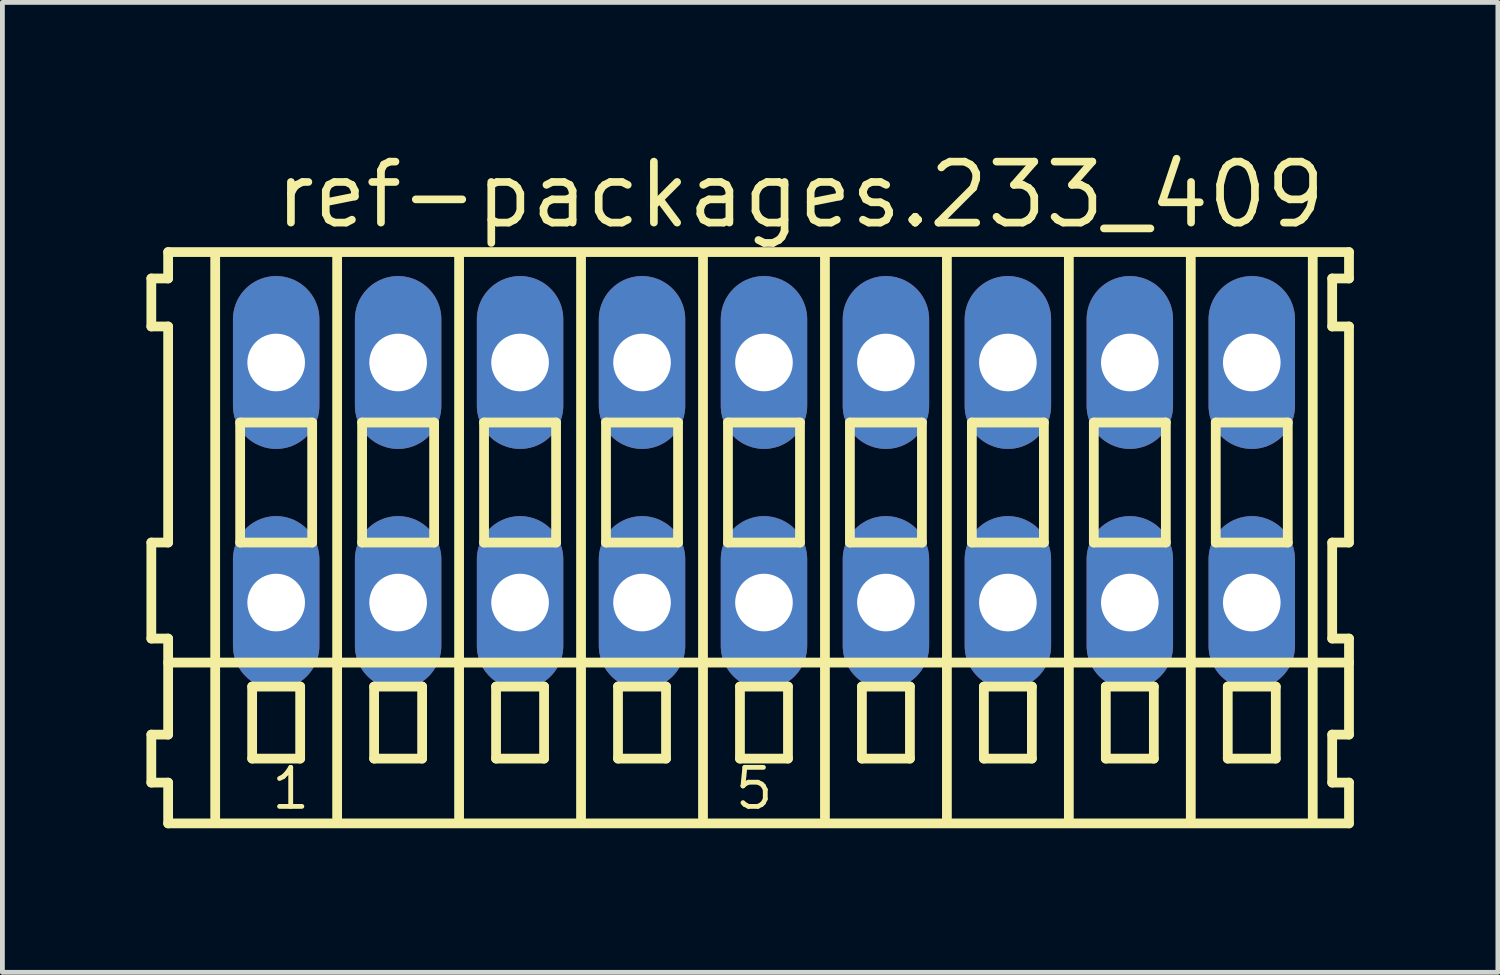
<source format=kicad_pcb>
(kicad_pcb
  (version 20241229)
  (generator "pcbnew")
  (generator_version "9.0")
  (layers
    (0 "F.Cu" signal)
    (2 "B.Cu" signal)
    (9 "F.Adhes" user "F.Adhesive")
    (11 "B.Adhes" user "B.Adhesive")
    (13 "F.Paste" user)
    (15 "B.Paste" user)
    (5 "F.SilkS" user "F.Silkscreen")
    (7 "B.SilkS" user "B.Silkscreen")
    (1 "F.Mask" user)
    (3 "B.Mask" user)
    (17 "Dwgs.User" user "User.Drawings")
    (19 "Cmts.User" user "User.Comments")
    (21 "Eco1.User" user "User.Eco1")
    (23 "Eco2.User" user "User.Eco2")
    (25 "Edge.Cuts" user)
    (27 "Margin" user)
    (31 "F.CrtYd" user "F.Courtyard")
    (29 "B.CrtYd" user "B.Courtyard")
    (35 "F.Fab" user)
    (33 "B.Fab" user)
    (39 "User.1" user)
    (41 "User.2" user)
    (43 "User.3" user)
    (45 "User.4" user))
  (footprint "ref-packages.233_409"
    (layer "F.Cu")
    (at 12.862 7)
    (property "Reference" "ref-packages.233_409" (at -10.26 -5.25 0) (layer "F.SilkS") (effects (font (size 1.27 1.27) (thickness 0.16)) (justify left bottom)))
    (attr through_hole)
    (fp_line (start -12.76 -4.25) (end -12.76 -3.25) (stroke (width 0.203) (type default)) (layer "F.SilkS"))
    (fp_line (start -12.76 -3.25) (end -12.41 -3.25) (stroke (width 0.203) (type default)) (layer "F.SilkS"))
    (fp_line (start -12.76 1.25) (end -12.76 3.25) (stroke (width 0.203) (type default)) (layer "F.SilkS"))
    (fp_line (start -12.76 3.25) (end -12.41 3.25) (stroke (width 0.203) (type default)) (layer "F.SilkS"))
    (fp_line (start -12.76 5.25) (end -12.76 6.25) (stroke (width 0.203) (type default)) (layer "F.SilkS"))
    (fp_line (start -12.76 6.25) (end -12.41 6.25) (stroke (width 0.203) (type default)) (layer "F.SilkS"))
    (fp_line (start -12.41 -4.8) (end -12.41 -4.25) (stroke (width 0.203) (type default)) (layer "F.SilkS"))
    (fp_line (start -12.41 -4.25) (end -12.76 -4.25) (stroke (width 0.203) (type default)) (layer "F.SilkS"))
    (fp_line (start -12.41 -3.25) (end -12.41 1.25) (stroke (width 0.203) (type default)) (layer "F.SilkS"))
    (fp_line (start -12.41 1.25) (end -12.76 1.25) (stroke (width 0.203) (type default)) (layer "F.SilkS"))
    (fp_line (start -12.41 3.25) (end -12.41 5.25) (stroke (width 0.203) (type default)) (layer "F.SilkS"))
    (fp_line (start -12.41 3.75) (end 12.185 3.75) (stroke (width 0.203) (type default)) (layer "F.SilkS"))
    (fp_line (start -12.41 5.25) (end -12.76 5.25) (stroke (width 0.203) (type default)) (layer "F.SilkS"))
    (fp_line (start -12.41 6.25) (end -12.41 7.1) (stroke (width 0.203) (type default)) (layer "F.SilkS"))
    (fp_line (start -12.41 7.1) (end 12.185 7.1) (stroke (width 0.203) (type default)) (layer "F.SilkS"))
    (fp_line (start -11.43 6.985) (end -11.43 -4.699) (stroke (width 0.203) (type default)) (layer "F.SilkS"))
    (fp_line (start -10.91 -1.25) (end -10.91 1.25) (stroke (width 0.203) (type default)) (layer "F.SilkS"))
    (fp_line (start -10.91 1.25) (end -9.41 1.25) (stroke (width 0.203) (type default)) (layer "F.SilkS"))
    (fp_line (start -10.66 4.25) (end -10.66 5.75) (stroke (width 0.203) (type default)) (layer "F.SilkS"))
    (fp_line (start -10.66 5.75) (end -9.66 5.75) (stroke (width 0.203) (type default)) (layer "F.SilkS"))
    (fp_line (start -9.66 4.25) (end -10.66 4.25) (stroke (width 0.203) (type default)) (layer "F.SilkS"))
    (fp_line (start -9.66 5.75) (end -9.66 4.25) (stroke (width 0.203) (type default)) (layer "F.SilkS"))
    (fp_line (start -9.41 -1.25) (end -10.91 -1.25) (stroke (width 0.203) (type default)) (layer "F.SilkS"))
    (fp_line (start -9.41 1.25) (end -9.41 -1.25) (stroke (width 0.203) (type default)) (layer "F.SilkS"))
    (fp_line (start -8.89 6.985) (end -8.89 -4.699) (stroke (width 0.203) (type default)) (layer "F.SilkS"))
    (fp_line (start -8.37 -1.25) (end -8.37 1.25) (stroke (width 0.203) (type default)) (layer "F.SilkS"))
    (fp_line (start -8.37 1.25) (end -6.87 1.25) (stroke (width 0.203) (type default)) (layer "F.SilkS"))
    (fp_line (start -8.12 4.25) (end -8.12 5.75) (stroke (width 0.203) (type default)) (layer "F.SilkS"))
    (fp_line (start -8.12 5.75) (end -7.12 5.75) (stroke (width 0.203) (type default)) (layer "F.SilkS"))
    (fp_line (start -7.12 4.25) (end -8.12 4.25) (stroke (width 0.203) (type default)) (layer "F.SilkS"))
    (fp_line (start -7.12 5.75) (end -7.12 4.25) (stroke (width 0.203) (type default)) (layer "F.SilkS"))
    (fp_line (start -6.87 -1.25) (end -8.37 -1.25) (stroke (width 0.203) (type default)) (layer "F.SilkS"))
    (fp_line (start -6.87 1.25) (end -6.87 -1.25) (stroke (width 0.203) (type default)) (layer "F.SilkS"))
    (fp_line (start -6.35 6.985) (end -6.35 -4.699) (stroke (width 0.203) (type default)) (layer "F.SilkS"))
    (fp_line (start -5.83 -1.25) (end -5.83 1.25) (stroke (width 0.203) (type default)) (layer "F.SilkS"))
    (fp_line (start -5.83 1.25) (end -4.33 1.25) (stroke (width 0.203) (type default)) (layer "F.SilkS"))
    (fp_line (start -5.58 4.25) (end -5.58 5.75) (stroke (width 0.203) (type default)) (layer "F.SilkS"))
    (fp_line (start -5.58 5.75) (end -4.58 5.75) (stroke (width 0.203) (type default)) (layer "F.SilkS"))
    (fp_line (start -4.58 4.25) (end -5.58 4.25) (stroke (width 0.203) (type default)) (layer "F.SilkS"))
    (fp_line (start -4.58 5.75) (end -4.58 4.25) (stroke (width 0.203) (type default)) (layer "F.SilkS"))
    (fp_line (start -4.33 -1.25) (end -5.83 -1.25) (stroke (width 0.203) (type default)) (layer "F.SilkS"))
    (fp_line (start -4.33 1.25) (end -4.33 -1.25) (stroke (width 0.203) (type default)) (layer "F.SilkS"))
    (fp_line (start -3.81 6.985) (end -3.81 -4.699) (stroke (width 0.203) (type default)) (layer "F.SilkS"))
    (fp_line (start -3.29 -1.25) (end -3.29 1.25) (stroke (width 0.203) (type default)) (layer "F.SilkS"))
    (fp_line (start -3.29 1.25) (end -1.79 1.25) (stroke (width 0.203) (type default)) (layer "F.SilkS"))
    (fp_line (start -3.04 4.25) (end -3.04 5.75) (stroke (width 0.203) (type default)) (layer "F.SilkS"))
    (fp_line (start -3.04 5.75) (end -2.04 5.75) (stroke (width 0.203) (type default)) (layer "F.SilkS"))
    (fp_line (start -2.04 4.25) (end -3.04 4.25) (stroke (width 0.203) (type default)) (layer "F.SilkS"))
    (fp_line (start -2.04 5.75) (end -2.04 4.25) (stroke (width 0.203) (type default)) (layer "F.SilkS"))
    (fp_line (start -1.79 -1.25) (end -3.29 -1.25) (stroke (width 0.203) (type default)) (layer "F.SilkS"))
    (fp_line (start -1.79 1.25) (end -1.79 -1.25) (stroke (width 0.203) (type default)) (layer "F.SilkS"))
    (fp_line (start -1.27 6.985) (end -1.27 -4.699) (stroke (width 0.203) (type default)) (layer "F.SilkS"))
    (fp_line (start -0.75 -1.25) (end -0.75 1.25) (stroke (width 0.203) (type default)) (layer "F.SilkS"))
    (fp_line (start -0.75 1.25) (end 0.75 1.25) (stroke (width 0.203) (type default)) (layer "F.SilkS"))
    (fp_line (start -0.5 4.25) (end -0.5 5.75) (stroke (width 0.203) (type default)) (layer "F.SilkS"))
    (fp_line (start -0.5 5.75) (end 0.5 5.75) (stroke (width 0.203) (type default)) (layer "F.SilkS"))
    (fp_line (start 0.5 4.25) (end -0.5 4.25) (stroke (width 0.203) (type default)) (layer "F.SilkS"))
    (fp_line (start 0.5 5.75) (end 0.5 4.25) (stroke (width 0.203) (type default)) (layer "F.SilkS"))
    (fp_line (start 0.75 -1.25) (end -0.75 -1.25) (stroke (width 0.203) (type default)) (layer "F.SilkS"))
    (fp_line (start 0.75 1.25) (end 0.75 -1.25) (stroke (width 0.203) (type default)) (layer "F.SilkS"))
    (fp_line (start 1.27 6.985) (end 1.27 -4.699) (stroke (width 0.203) (type default)) (layer "F.SilkS"))
    (fp_line (start 1.79 -1.25) (end 1.79 1.25) (stroke (width 0.203) (type default)) (layer "F.SilkS"))
    (fp_line (start 1.79 1.25) (end 3.29 1.25) (stroke (width 0.203) (type default)) (layer "F.SilkS"))
    (fp_line (start 2.04 4.25) (end 2.04 5.75) (stroke (width 0.203) (type default)) (layer "F.SilkS"))
    (fp_line (start 2.04 5.75) (end 3.04 5.75) (stroke (width 0.203) (type default)) (layer "F.SilkS"))
    (fp_line (start 3.04 4.25) (end 2.04 4.25) (stroke (width 0.203) (type default)) (layer "F.SilkS"))
    (fp_line (start 3.04 5.75) (end 3.04 4.25) (stroke (width 0.203) (type default)) (layer "F.SilkS"))
    (fp_line (start 3.29 -1.25) (end 1.79 -1.25) (stroke (width 0.203) (type default)) (layer "F.SilkS"))
    (fp_line (start 3.29 1.25) (end 3.29 -1.25) (stroke (width 0.203) (type default)) (layer "F.SilkS"))
    (fp_line (start 3.81 6.985) (end 3.81 -4.699) (stroke (width 0.203) (type default)) (layer "F.SilkS"))
    (fp_line (start 4.33 -1.25) (end 4.33 1.25) (stroke (width 0.203) (type default)) (layer "F.SilkS"))
    (fp_line (start 4.33 1.25) (end 5.83 1.25) (stroke (width 0.203) (type default)) (layer "F.SilkS"))
    (fp_line (start 4.58 4.25) (end 4.58 5.75) (stroke (width 0.203) (type default)) (layer "F.SilkS"))
    (fp_line (start 4.58 5.75) (end 5.58 5.75) (stroke (width 0.203) (type default)) (layer "F.SilkS"))
    (fp_line (start 5.58 4.25) (end 4.58 4.25) (stroke (width 0.203) (type default)) (layer "F.SilkS"))
    (fp_line (start 5.58 5.75) (end 5.58 4.25) (stroke (width 0.203) (type default)) (layer "F.SilkS"))
    (fp_line (start 5.83 -1.25) (end 4.33 -1.25) (stroke (width 0.203) (type default)) (layer "F.SilkS"))
    (fp_line (start 5.83 1.25) (end 5.83 -1.25) (stroke (width 0.203) (type default)) (layer "F.SilkS"))
    (fp_line (start 6.35 6.985) (end 6.35 -4.699) (stroke (width 0.203) (type default)) (layer "F.SilkS"))
    (fp_line (start 6.87 -1.25) (end 6.87 1.25) (stroke (width 0.203) (type default)) (layer "F.SilkS"))
    (fp_line (start 6.87 1.25) (end 8.37 1.25) (stroke (width 0.203) (type default)) (layer "F.SilkS"))
    (fp_line (start 7.12 4.25) (end 7.12 5.75) (stroke (width 0.203) (type default)) (layer "F.SilkS"))
    (fp_line (start 7.12 5.75) (end 8.12 5.75) (stroke (width 0.203) (type default)) (layer "F.SilkS"))
    (fp_line (start 8.12 4.25) (end 7.12 4.25) (stroke (width 0.203) (type default)) (layer "F.SilkS"))
    (fp_line (start 8.12 5.75) (end 8.12 4.25) (stroke (width 0.203) (type default)) (layer "F.SilkS"))
    (fp_line (start 8.37 -1.25) (end 6.87 -1.25) (stroke (width 0.203) (type default)) (layer "F.SilkS"))
    (fp_line (start 8.37 1.25) (end 8.37 -1.25) (stroke (width 0.203) (type default)) (layer "F.SilkS"))
    (fp_line (start 8.89 6.985) (end 8.89 -4.699) (stroke (width 0.203) (type default)) (layer "F.SilkS"))
    (fp_line (start 9.41 -1.25) (end 9.41 1.25) (stroke (width 0.203) (type default)) (layer "F.SilkS"))
    (fp_line (start 9.41 1.25) (end 10.91 1.25) (stroke (width 0.203) (type default)) (layer "F.SilkS"))
    (fp_line (start 9.66 4.25) (end 9.66 5.75) (stroke (width 0.203) (type default)) (layer "F.SilkS"))
    (fp_line (start 9.66 5.75) (end 10.66 5.75) (stroke (width 0.203) (type default)) (layer "F.SilkS"))
    (fp_line (start 10.66 4.25) (end 9.66 4.25) (stroke (width 0.203) (type default)) (layer "F.SilkS"))
    (fp_line (start 10.66 5.75) (end 10.66 4.25) (stroke (width 0.203) (type default)) (layer "F.SilkS"))
    (fp_line (start 10.91 -1.25) (end 9.41 -1.25) (stroke (width 0.203) (type default)) (layer "F.SilkS"))
    (fp_line (start 10.91 1.25) (end 10.91 -1.25) (stroke (width 0.203) (type default)) (layer "F.SilkS"))
    (fp_line (start 11.43 6.985) (end 11.43 -4.699) (stroke (width 0.203) (type default)) (layer "F.SilkS"))
    (fp_line (start 11.835 -4.25) (end 11.835 -3.25) (stroke (width 0.203) (type default)) (layer "F.SilkS"))
    (fp_line (start 11.835 -3.25) (end 12.185 -3.25) (stroke (width 0.203) (type default)) (layer "F.SilkS"))
    (fp_line (start 11.835 1.25) (end 11.835 3.25) (stroke (width 0.203) (type default)) (layer "F.SilkS"))
    (fp_line (start 11.835 3.25) (end 12.185 3.25) (stroke (width 0.203) (type default)) (layer "F.SilkS"))
    (fp_line (start 11.835 5.25) (end 11.835 6.25) (stroke (width 0.203) (type default)) (layer "F.SilkS"))
    (fp_line (start 11.835 6.25) (end 12.185 6.25) (stroke (width 0.203) (type default)) (layer "F.SilkS"))
    (fp_line (start 12.185 -4.8) (end -12.41 -4.8) (stroke (width 0.203) (type default)) (layer "F.SilkS"))
    (fp_line (start 12.185 -4.25) (end 11.835 -4.25) (stroke (width 0.203) (type default)) (layer "F.SilkS"))
    (fp_line (start 12.185 -4.25) (end 12.185 -4.8) (stroke (width 0.203) (type default)) (layer "F.SilkS"))
    (fp_line (start 12.185 1.25) (end 11.835 1.25) (stroke (width 0.203) (type default)) (layer "F.SilkS"))
    (fp_line (start 12.185 1.25) (end 12.185 -3.25) (stroke (width 0.203) (type default)) (layer "F.SilkS"))
    (fp_line (start 12.185 3.75) (end 12.185 3.25) (stroke (width 0.203) (type default)) (layer "F.SilkS"))
    (fp_line (start 12.185 5.25) (end 11.835 5.25) (stroke (width 0.203) (type default)) (layer "F.SilkS"))
    (fp_line (start 12.185 5.25) (end 12.185 3.75) (stroke (width 0.203) (type default)) (layer "F.SilkS"))
    (fp_line (start 12.185 7.1) (end 12.185 6.25) (stroke (width 0.203) (type default)) (layer "F.SilkS"))
    (fp_text user "5" (at -0.658 6.85 0) (layer "F.SilkS") (effects (font (size 0.813 0.813) (thickness 0.1)) (justify left bottom)))
    (fp_text user "1" (at -10.31 6.85 0) (layer "F.SilkS") (effects (font (size 0.813 0.813) (thickness 0.1)) (justify left bottom)))
    (pad "A1" thru_hole oval (at -10.16 -2.5 90) (size 3.6 1.8) (drill 1.2) (layers "*.Cu" "*.Mask"))
    (pad "A2" thru_hole oval (at -7.62 -2.5 90) (size 3.6 1.8) (drill 1.2) (layers "*.Cu" "*.Mask"))
    (pad "A3" thru_hole oval (at -5.08 -2.5 90) (size 3.6 1.8) (drill 1.2) (layers "*.Cu" "*.Mask"))
    (pad "A4" thru_hole oval (at -2.54 -2.5 90) (size 3.6 1.8) (drill 1.2) (layers "*.Cu" "*.Mask"))
    (pad "A5" thru_hole oval (at 0 -2.5 90) (size 3.6 1.8) (drill 1.2) (layers "*.Cu" "*.Mask"))
    (pad "A6" thru_hole oval (at 2.54 -2.5 90) (size 3.6 1.8) (drill 1.2) (layers "*.Cu" "*.Mask"))
    (pad "A7" thru_hole oval (at 5.08 -2.5 90) (size 3.6 1.8) (drill 1.2) (layers "*.Cu" "*.Mask"))
    (pad "A8" thru_hole oval (at 7.62 -2.5 90) (size 3.6 1.8) (drill 1.2) (layers "*.Cu" "*.Mask"))
    (pad "A9" thru_hole oval (at 10.16 -2.5 90) (size 3.6 1.8) (drill 1.2) (layers "*.Cu" "*.Mask"))
    (pad "B1" thru_hole oval (at -10.16 2.5 90) (size 3.6 1.8) (drill 1.2) (layers "*.Cu" "*.Mask"))
    (pad "B2" thru_hole oval (at -7.62 2.5 90) (size 3.6 1.8) (drill 1.2) (layers "*.Cu" "*.Mask"))
    (pad "B3" thru_hole oval (at -5.08 2.5 90) (size 3.6 1.8) (drill 1.2) (layers "*.Cu" "*.Mask"))
    (pad "B4" thru_hole oval (at -2.54 2.5 90) (size 3.6 1.8) (drill 1.2) (layers "*.Cu" "*.Mask"))
    (pad "B5" thru_hole oval (at 0 2.5 90) (size 3.6 1.8) (drill 1.2) (layers "*.Cu" "*.Mask"))
    (pad "B6" thru_hole oval (at 2.54 2.5 90) (size 3.6 1.8) (drill 1.2) (layers "*.Cu" "*.Mask"))
    (pad "B7" thru_hole oval (at 5.08 2.5 90) (size 3.6 1.8) (drill 1.2) (layers "*.Cu" "*.Mask"))
    (pad "B8" thru_hole oval (at 7.62 2.5 90) (size 3.6 1.8) (drill 1.2) (layers "*.Cu" "*.Mask"))
    (pad "B9" thru_hole oval (at 10.16 2.5 90) (size 3.6 1.8) (drill 1.2) (layers "*.Cu" "*.Mask")))
  (gr_rect
    (start -3 -3)
    (end 28.148 17.202)
    (stroke (width 0.1) (type default))
    (fill no)
    (layer "Edge.Cuts")))
</source>
